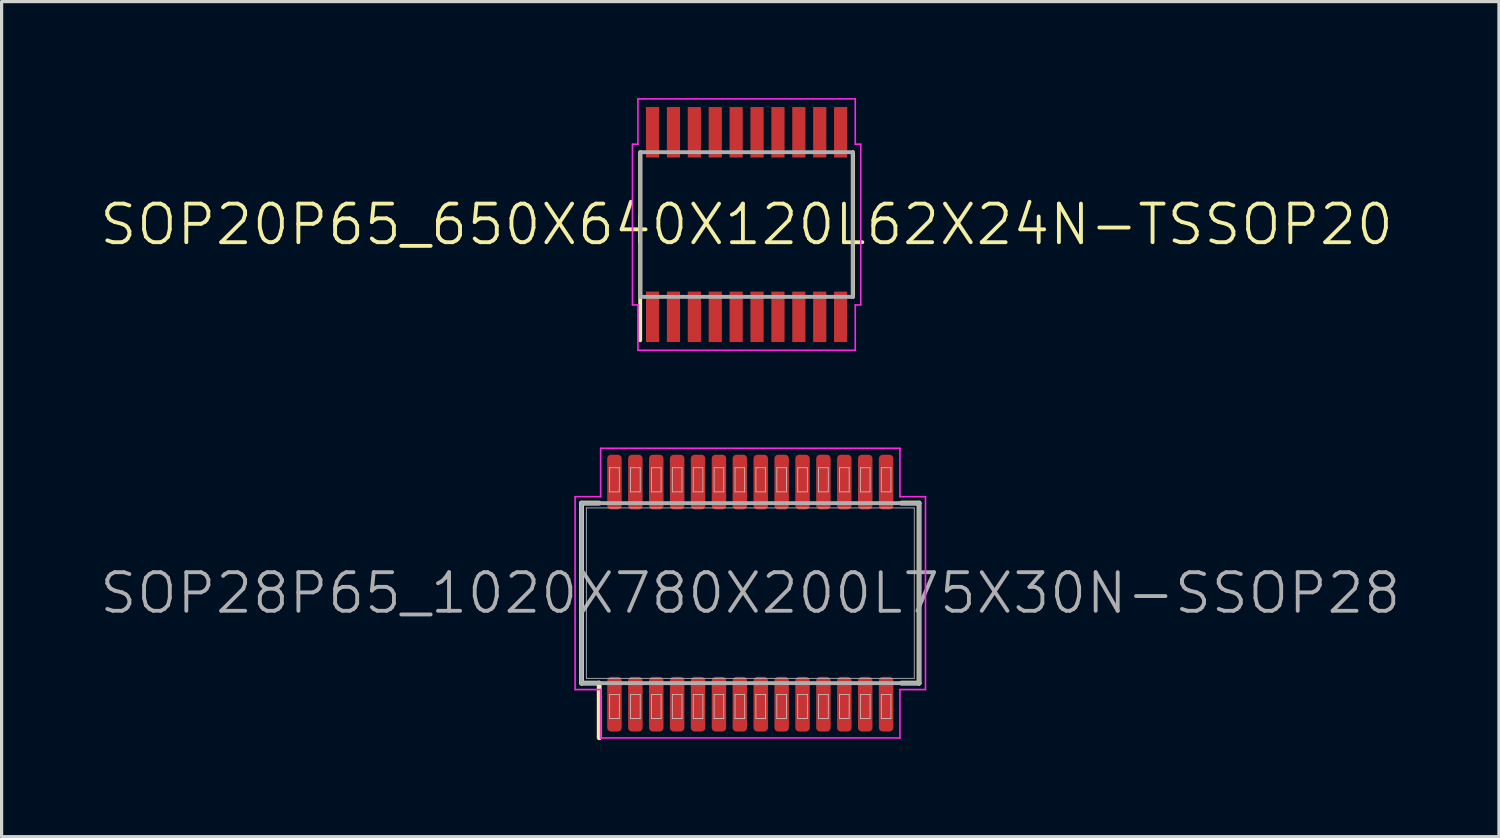
<source format=kicad_pcb>
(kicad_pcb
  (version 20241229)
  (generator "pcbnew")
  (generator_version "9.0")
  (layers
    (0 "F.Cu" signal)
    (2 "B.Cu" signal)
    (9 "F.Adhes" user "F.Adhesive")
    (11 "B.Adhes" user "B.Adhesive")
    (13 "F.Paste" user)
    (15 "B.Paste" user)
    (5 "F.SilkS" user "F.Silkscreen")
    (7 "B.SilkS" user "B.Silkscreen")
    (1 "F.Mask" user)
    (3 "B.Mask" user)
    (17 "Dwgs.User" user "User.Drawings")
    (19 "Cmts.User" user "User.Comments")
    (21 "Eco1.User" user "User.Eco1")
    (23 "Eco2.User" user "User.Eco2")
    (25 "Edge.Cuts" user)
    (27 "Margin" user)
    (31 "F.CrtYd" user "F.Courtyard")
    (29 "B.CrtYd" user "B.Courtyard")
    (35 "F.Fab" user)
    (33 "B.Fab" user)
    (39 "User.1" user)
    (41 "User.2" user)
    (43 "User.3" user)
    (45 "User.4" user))
  (footprint "SOP28P65_1020X780X200L75X30N-SSOP28"
    (layer "F.Cu")
    (at 20.289 15.4)
    (property "Reference" "SOP28P65_1020X780X200L75X30N-SSOP28" (at 0 0 0) (layer "F.Fab") (effects (font (size 1.2 1.2) (thickness 0.12))))
    (attr smd)
    (fp_line (start -5.25 -2.8) (end -4.7 -2.8) (stroke (width 0.15) (type solid)) (layer "F.SilkS"))
    (fp_line (start -5.25 2.8) (end -5.25 -2.8) (stroke (width 0.15) (type solid)) (layer "F.SilkS"))
    (fp_line (start -4.7 2.8) (end -5.25 2.8) (stroke (width 0.15) (type solid)) (layer "F.SilkS"))
    (fp_line (start -4.7 2.8) (end -4.7 4.5) (stroke (width 0.15) (type solid)) (layer "F.SilkS"))
    (fp_line (start 4.7 2.8) (end 5.25 2.8) (stroke (width 0.15) (type solid)) (layer "F.SilkS"))
    (fp_line (start 5.25 -2.8) (end 4.7 -2.8) (stroke (width 0.15) (type solid)) (layer "F.SilkS"))
    (fp_line (start 5.25 2.8) (end 5.25 -2.8) (stroke (width 0.15) (type solid)) (layer "F.SilkS"))
    (fp_line (start -5.1 -2.65) (end 5.1 -2.65) (stroke (width 0.025) (type solid)) (layer "Dwgs.User"))
    (fp_line (start -5.1 2.65) (end -5.1 -2.65) (stroke (width 0.025) (type solid)) (layer "Dwgs.User"))
    (fp_line (start -4.375 -3.9) (end -4.075 -3.9) (stroke (width 0.025) (type solid)) (layer "Dwgs.User"))
    (fp_line (start -4.375 -3.15) (end -4.375 -3.9) (stroke (width 0.025) (type solid)) (layer "Dwgs.User"))
    (fp_line (start -4.375 3.15) (end -4.075 3.15) (stroke (width 0.025) (type solid)) (layer "Dwgs.User"))
    (fp_line (start -4.375 3.9) (end -4.375 3.15) (stroke (width 0.025) (type solid)) (layer "Dwgs.User"))
    (fp_line (start -4.075 -3.9) (end -4.075 -3.15) (stroke (width 0.025) (type solid)) (layer "Dwgs.User"))
    (fp_line (start -4.075 -3.15) (end -4.375 -3.15) (stroke (width 0.025) (type solid)) (layer "Dwgs.User"))
    (fp_line (start -4.075 3.15) (end -4.075 3.9) (stroke (width 0.025) (type solid)) (layer "Dwgs.User"))
    (fp_line (start -4.075 3.9) (end -4.375 3.9) (stroke (width 0.025) (type solid)) (layer "Dwgs.User"))
    (fp_line (start -3.725 -3.9) (end -3.425 -3.9) (stroke (width 0.025) (type solid)) (layer "Dwgs.User"))
    (fp_line (start -3.725 -3.15) (end -3.725 -3.9) (stroke (width 0.025) (type solid)) (layer "Dwgs.User"))
    (fp_line (start -3.725 3.15) (end -3.425 3.15) (stroke (width 0.025) (type solid)) (layer "Dwgs.User"))
    (fp_line (start -3.725 3.9) (end -3.725 3.15) (stroke (width 0.025) (type solid)) (layer "Dwgs.User"))
    (fp_line (start -3.425 -3.9) (end -3.425 -3.15) (stroke (width 0.025) (type solid)) (layer "Dwgs.User"))
    (fp_line (start -3.425 -3.15) (end -3.725 -3.15) (stroke (width 0.025) (type solid)) (layer "Dwgs.User"))
    (fp_line (start -3.425 3.15) (end -3.425 3.9) (stroke (width 0.025) (type solid)) (layer "Dwgs.User"))
    (fp_line (start -3.425 3.9) (end -3.725 3.9) (stroke (width 0.025) (type solid)) (layer "Dwgs.User"))
    (fp_line (start -3.075 -3.9) (end -2.775 -3.9) (stroke (width 0.025) (type solid)) (layer "Dwgs.User"))
    (fp_line (start -3.075 -3.15) (end -3.075 -3.9) (stroke (width 0.025) (type solid)) (layer "Dwgs.User"))
    (fp_line (start -3.075 3.15) (end -2.775 3.15) (stroke (width 0.025) (type solid)) (layer "Dwgs.User"))
    (fp_line (start -3.075 3.9) (end -3.075 3.15) (stroke (width 0.025) (type solid)) (layer "Dwgs.User"))
    (fp_line (start -2.775 -3.9) (end -2.775 -3.15) (stroke (width 0.025) (type solid)) (layer "Dwgs.User"))
    (fp_line (start -2.775 -3.15) (end -3.075 -3.15) (stroke (width 0.025) (type solid)) (layer "Dwgs.User"))
    (fp_line (start -2.775 3.15) (end -2.775 3.9) (stroke (width 0.025) (type solid)) (layer "Dwgs.User"))
    (fp_line (start -2.775 3.9) (end -3.075 3.9) (stroke (width 0.025) (type solid)) (layer "Dwgs.User"))
    (fp_line (start -2.425 -3.9) (end -2.125 -3.9) (stroke (width 0.025) (type solid)) (layer "Dwgs.User"))
    (fp_line (start -2.425 -3.15) (end -2.425 -3.9) (stroke (width 0.025) (type solid)) (layer "Dwgs.User"))
    (fp_line (start -2.425 3.15) (end -2.125 3.15) (stroke (width 0.025) (type solid)) (layer "Dwgs.User"))
    (fp_line (start -2.425 3.9) (end -2.425 3.15) (stroke (width 0.025) (type solid)) (layer "Dwgs.User"))
    (fp_line (start -2.125 -3.9) (end -2.125 -3.15) (stroke (width 0.025) (type solid)) (layer "Dwgs.User"))
    (fp_line (start -2.125 -3.15) (end -2.425 -3.15) (stroke (width 0.025) (type solid)) (layer "Dwgs.User"))
    (fp_line (start -2.125 3.15) (end -2.125 3.9) (stroke (width 0.025) (type solid)) (layer "Dwgs.User"))
    (fp_line (start -2.125 3.9) (end -2.425 3.9) (stroke (width 0.025) (type solid)) (layer "Dwgs.User"))
    (fp_line (start -1.775 -3.9) (end -1.475 -3.9) (stroke (width 0.025) (type solid)) (layer "Dwgs.User"))
    (fp_line (start -1.775 -3.15) (end -1.775 -3.9) (stroke (width 0.025) (type solid)) (layer "Dwgs.User"))
    (fp_line (start -1.775 3.15) (end -1.475 3.15) (stroke (width 0.025) (type solid)) (layer "Dwgs.User"))
    (fp_line (start -1.775 3.9) (end -1.775 3.15) (stroke (width 0.025) (type solid)) (layer "Dwgs.User"))
    (fp_line (start -1.475 -3.9) (end -1.475 -3.15) (stroke (width 0.025) (type solid)) (layer "Dwgs.User"))
    (fp_line (start -1.475 -3.15) (end -1.775 -3.15) (stroke (width 0.025) (type solid)) (layer "Dwgs.User"))
    (fp_line (start -1.475 3.15) (end -1.475 3.9) (stroke (width 0.025) (type solid)) (layer "Dwgs.User"))
    (fp_line (start -1.475 3.9) (end -1.775 3.9) (stroke (width 0.025) (type solid)) (layer "Dwgs.User"))
    (fp_line (start -1.125 -3.9) (end -0.825 -3.9) (stroke (width 0.025) (type solid)) (layer "Dwgs.User"))
    (fp_line (start -1.125 -3.15) (end -1.125 -3.9) (stroke (width 0.025) (type solid)) (layer "Dwgs.User"))
    (fp_line (start -1.125 3.15) (end -0.825 3.15) (stroke (width 0.025) (type solid)) (layer "Dwgs.User"))
    (fp_line (start -1.125 3.9) (end -1.125 3.15) (stroke (width 0.025) (type solid)) (layer "Dwgs.User"))
    (fp_line (start -0.825 -3.9) (end -0.825 -3.15) (stroke (width 0.025) (type solid)) (layer "Dwgs.User"))
    (fp_line (start -0.825 -3.15) (end -1.125 -3.15) (stroke (width 0.025) (type solid)) (layer "Dwgs.User"))
    (fp_line (start -0.825 3.15) (end -0.825 3.9) (stroke (width 0.025) (type solid)) (layer "Dwgs.User"))
    (fp_line (start -0.825 3.9) (end -1.125 3.9) (stroke (width 0.025) (type solid)) (layer "Dwgs.User"))
    (fp_line (start -0.475 -3.9) (end -0.175 -3.9) (stroke (width 0.025) (type solid)) (layer "Dwgs.User"))
    (fp_line (start -0.475 -3.15) (end -0.475 -3.9) (stroke (width 0.025) (type solid)) (layer "Dwgs.User"))
    (fp_line (start -0.475 3.15) (end -0.175 3.15) (stroke (width 0.025) (type solid)) (layer "Dwgs.User"))
    (fp_line (start -0.475 3.9) (end -0.475 3.15) (stroke (width 0.025) (type solid)) (layer "Dwgs.User"))
    (fp_line (start -0.175 -3.9) (end -0.175 -3.15) (stroke (width 0.025) (type solid)) (layer "Dwgs.User"))
    (fp_line (start -0.175 -3.15) (end -0.475 -3.15) (stroke (width 0.025) (type solid)) (layer "Dwgs.User"))
    (fp_line (start -0.175 3.15) (end -0.175 3.9) (stroke (width 0.025) (type solid)) (layer "Dwgs.User"))
    (fp_line (start -0.175 3.9) (end -0.475 3.9) (stroke (width 0.025) (type solid)) (layer "Dwgs.User"))
    (fp_line (start 0.175 -3.9) (end 0.475 -3.9) (stroke (width 0.025) (type solid)) (layer "Dwgs.User"))
    (fp_line (start 0.175 -3.15) (end 0.175 -3.9) (stroke (width 0.025) (type solid)) (layer "Dwgs.User"))
    (fp_line (start 0.175 3.15) (end 0.475 3.15) (stroke (width 0.025) (type solid)) (layer "Dwgs.User"))
    (fp_line (start 0.175 3.9) (end 0.175 3.15) (stroke (width 0.025) (type solid)) (layer "Dwgs.User"))
    (fp_line (start 0.475 -3.9) (end 0.475 -3.15) (stroke (width 0.025) (type solid)) (layer "Dwgs.User"))
    (fp_line (start 0.475 -3.15) (end 0.175 -3.15) (stroke (width 0.025) (type solid)) (layer "Dwgs.User"))
    (fp_line (start 0.475 3.15) (end 0.475 3.9) (stroke (width 0.025) (type solid)) (layer "Dwgs.User"))
    (fp_line (start 0.475 3.9) (end 0.175 3.9) (stroke (width 0.025) (type solid)) (layer "Dwgs.User"))
    (fp_line (start 0.825 -3.9) (end 1.125 -3.9) (stroke (width 0.025) (type solid)) (layer "Dwgs.User"))
    (fp_line (start 0.825 -3.15) (end 0.825 -3.9) (stroke (width 0.025) (type solid)) (layer "Dwgs.User"))
    (fp_line (start 0.825 3.15) (end 1.125 3.15) (stroke (width 0.025) (type solid)) (layer "Dwgs.User"))
    (fp_line (start 0.825 3.9) (end 0.825 3.15) (stroke (width 0.025) (type solid)) (layer "Dwgs.User"))
    (fp_line (start 1.125 -3.9) (end 1.125 -3.15) (stroke (width 0.025) (type solid)) (layer "Dwgs.User"))
    (fp_line (start 1.125 -3.15) (end 0.825 -3.15) (stroke (width 0.025) (type solid)) (layer "Dwgs.User"))
    (fp_line (start 1.125 3.15) (end 1.125 3.9) (stroke (width 0.025) (type solid)) (layer "Dwgs.User"))
    (fp_line (start 1.125 3.9) (end 0.825 3.9) (stroke (width 0.025) (type solid)) (layer "Dwgs.User"))
    (fp_line (start 1.475 -3.9) (end 1.775 -3.9) (stroke (width 0.025) (type solid)) (layer "Dwgs.User"))
    (fp_line (start 1.475 -3.15) (end 1.475 -3.9) (stroke (width 0.025) (type solid)) (layer "Dwgs.User"))
    (fp_line (start 1.475 3.15) (end 1.775 3.15) (stroke (width 0.025) (type solid)) (layer "Dwgs.User"))
    (fp_line (start 1.475 3.9) (end 1.475 3.15) (stroke (width 0.025) (type solid)) (layer "Dwgs.User"))
    (fp_line (start 1.775 -3.9) (end 1.775 -3.15) (stroke (width 0.025) (type solid)) (layer "Dwgs.User"))
    (fp_line (start 1.775 -3.15) (end 1.475 -3.15) (stroke (width 0.025) (type solid)) (layer "Dwgs.User"))
    (fp_line (start 1.775 3.15) (end 1.775 3.9) (stroke (width 0.025) (type solid)) (layer "Dwgs.User"))
    (fp_line (start 1.775 3.9) (end 1.475 3.9) (stroke (width 0.025) (type solid)) (layer "Dwgs.User"))
    (fp_line (start 2.125 -3.9) (end 2.425 -3.9) (stroke (width 0.025) (type solid)) (layer "Dwgs.User"))
    (fp_line (start 2.125 -3.15) (end 2.125 -3.9) (stroke (width 0.025) (type solid)) (layer "Dwgs.User"))
    (fp_line (start 2.125 3.15) (end 2.425 3.15) (stroke (width 0.025) (type solid)) (layer "Dwgs.User"))
    (fp_line (start 2.125 3.9) (end 2.125 3.15) (stroke (width 0.025) (type solid)) (layer "Dwgs.User"))
    (fp_line (start 2.425 -3.9) (end 2.425 -3.15) (stroke (width 0.025) (type solid)) (layer "Dwgs.User"))
    (fp_line (start 2.425 -3.15) (end 2.125 -3.15) (stroke (width 0.025) (type solid)) (layer "Dwgs.User"))
    (fp_line (start 2.425 3.15) (end 2.425 3.9) (stroke (width 0.025) (type solid)) (layer "Dwgs.User"))
    (fp_line (start 2.425 3.9) (end 2.125 3.9) (stroke (width 0.025) (type solid)) (layer "Dwgs.User"))
    (fp_line (start 2.775 -3.9) (end 3.075 -3.9) (stroke (width 0.025) (type solid)) (layer "Dwgs.User"))
    (fp_line (start 2.775 -3.15) (end 2.775 -3.9) (stroke (width 0.025) (type solid)) (layer "Dwgs.User"))
    (fp_line (start 2.775 3.15) (end 3.075 3.15) (stroke (width 0.025) (type solid)) (layer "Dwgs.User"))
    (fp_line (start 2.775 3.9) (end 2.775 3.15) (stroke (width 0.025) (type solid)) (layer "Dwgs.User"))
    (fp_line (start 3.075 -3.9) (end 3.075 -3.15) (stroke (width 0.025) (type solid)) (layer "Dwgs.User"))
    (fp_line (start 3.075 -3.15) (end 2.775 -3.15) (stroke (width 0.025) (type solid)) (layer "Dwgs.User"))
    (fp_line (start 3.075 3.15) (end 3.075 3.9) (stroke (width 0.025) (type solid)) (layer "Dwgs.User"))
    (fp_line (start 3.075 3.9) (end 2.775 3.9) (stroke (width 0.025) (type solid)) (layer "Dwgs.User"))
    (fp_line (start 3.425 -3.9) (end 3.725 -3.9) (stroke (width 0.025) (type solid)) (layer "Dwgs.User"))
    (fp_line (start 3.425 -3.15) (end 3.425 -3.9) (stroke (width 0.025) (type solid)) (layer "Dwgs.User"))
    (fp_line (start 3.425 3.15) (end 3.725 3.15) (stroke (width 0.025) (type solid)) (layer "Dwgs.User"))
    (fp_line (start 3.425 3.9) (end 3.425 3.15) (stroke (width 0.025) (type solid)) (layer "Dwgs.User"))
    (fp_line (start 3.725 -3.9) (end 3.725 -3.15) (stroke (width 0.025) (type solid)) (layer "Dwgs.User"))
    (fp_line (start 3.725 -3.15) (end 3.425 -3.15) (stroke (width 0.025) (type solid)) (layer "Dwgs.User"))
    (fp_line (start 3.725 3.15) (end 3.725 3.9) (stroke (width 0.025) (type solid)) (layer "Dwgs.User"))
    (fp_line (start 3.725 3.9) (end 3.425 3.9) (stroke (width 0.025) (type solid)) (layer "Dwgs.User"))
    (fp_line (start 4.075 -3.9) (end 4.375 -3.9) (stroke (width 0.025) (type solid)) (layer "Dwgs.User"))
    (fp_line (start 4.075 -3.15) (end 4.075 -3.9) (stroke (width 0.025) (type solid)) (layer "Dwgs.User"))
    (fp_line (start 4.075 3.15) (end 4.375 3.15) (stroke (width 0.025) (type solid)) (layer "Dwgs.User"))
    (fp_line (start 4.075 3.9) (end 4.075 3.15) (stroke (width 0.025) (type solid)) (layer "Dwgs.User"))
    (fp_line (start 4.375 -3.9) (end 4.375 -3.15) (stroke (width 0.025) (type solid)) (layer "Dwgs.User"))
    (fp_line (start 4.375 -3.15) (end 4.075 -3.15) (stroke (width 0.025) (type solid)) (layer "Dwgs.User"))
    (fp_line (start 4.375 3.15) (end 4.375 3.9) (stroke (width 0.025) (type solid)) (layer "Dwgs.User"))
    (fp_line (start 4.375 3.9) (end 4.075 3.9) (stroke (width 0.025) (type solid)) (layer "Dwgs.User"))
    (fp_line (start 5.1 -2.65) (end 5.1 2.65) (stroke (width 0.025) (type solid)) (layer "Dwgs.User"))
    (fp_line (start 5.1 2.65) (end -5.1 2.65) (stroke (width 0.025) (type solid)) (layer "Dwgs.User"))
    (fp_line (start -5.45 -3) (end -5.45 3) (stroke (width 0.05) (type solid)) (layer "F.CrtYd"))
    (fp_line (start -5.45 3) (end -4.655 3) (stroke (width 0.05) (type solid)) (layer "F.CrtYd"))
    (fp_line (start -4.655 -4.505) (end -4.655 -3) (stroke (width 0.05) (type solid)) (layer "F.CrtYd"))
    (fp_line (start -4.655 -3) (end -5.45 -3) (stroke (width 0.05) (type solid)) (layer "F.CrtYd"))
    (fp_line (start -4.655 3) (end -4.655 4.505) (stroke (width 0.05) (type solid)) (layer "F.CrtYd"))
    (fp_line (start -4.655 4.505) (end 4.655 4.505) (stroke (width 0.05) (type solid)) (layer "F.CrtYd"))
    (fp_line (start 4.655 -4.505) (end -4.655 -4.505) (stroke (width 0.05) (type solid)) (layer "F.CrtYd"))
    (fp_line (start 4.655 -3) (end 4.655 -4.505) (stroke (width 0.05) (type solid)) (layer "F.CrtYd"))
    (fp_line (start 4.655 3) (end 5.45 3) (stroke (width 0.05) (type solid)) (layer "F.CrtYd"))
    (fp_line (start 4.655 4.505) (end 4.655 3) (stroke (width 0.05) (type solid)) (layer "F.CrtYd"))
    (fp_line (start 5.45 -3) (end 4.655 -3) (stroke (width 0.05) (type solid)) (layer "F.CrtYd"))
    (fp_line (start 5.45 3) (end 5.45 -3) (stroke (width 0.05) (type solid)) (layer "F.CrtYd"))
    (fp_line (start -5.25 -2.8) (end 5.25 -2.8) (stroke (width 0.12) (type solid)) (layer "F.Fab"))
    (fp_line (start -5.25 2.8) (end -5.25 -2.8) (stroke (width 0.12) (type solid)) (layer "F.Fab"))
    (fp_line (start 5.25 -2.8) (end 5.25 2.8) (stroke (width 0.12) (type solid)) (layer "F.Fab"))
    (fp_line (start 5.25 2.8) (end -5.25 2.8) (stroke (width 0.12) (type solid)) (layer "F.Fab"))
    (pad "1" smd roundrect (at -4.225 3.455 90) (size 1.7 0.45) (layers "F.Cu" "F.Mask" "F.Paste") (roundrect_rratio 0.261))
    (pad "2" smd roundrect (at -3.575 3.455 90) (size 1.7 0.45) (layers "F.Cu" "F.Mask" "F.Paste") (roundrect_rratio 0.261))
    (pad "3" smd roundrect (at -2.925 3.455 90) (size 1.7 0.45) (layers "F.Cu" "F.Mask" "F.Paste") (roundrect_rratio 0.261))
    (pad "4" smd roundrect (at -2.275 3.455 90) (size 1.7 0.45) (layers "F.Cu" "F.Mask" "F.Paste") (roundrect_rratio 0.261))
    (pad "5" smd roundrect (at -1.625 3.455 90) (size 1.7 0.45) (layers "F.Cu" "F.Mask" "F.Paste") (roundrect_rratio 0.261))
    (pad "6" smd roundrect (at -0.975 3.455 90) (size 1.7 0.45) (layers "F.Cu" "F.Mask" "F.Paste") (roundrect_rratio 0.261))
    (pad "7" smd roundrect (at -0.325 3.455 90) (size 1.7 0.45) (layers "F.Cu" "F.Mask" "F.Paste") (roundrect_rratio 0.261))
    (pad "8" smd roundrect (at 0.325 3.455 90) (size 1.7 0.45) (layers "F.Cu" "F.Mask" "F.Paste") (roundrect_rratio 0.261))
    (pad "9" smd roundrect (at 0.975 3.455 90) (size 1.7 0.45) (layers "F.Cu" "F.Mask" "F.Paste") (roundrect_rratio 0.261))
    (pad "10" smd roundrect (at 1.625 3.455 90) (size 1.7 0.45) (layers "F.Cu" "F.Mask" "F.Paste") (roundrect_rratio 0.261))
    (pad "11" smd roundrect (at 2.275 3.455 90) (size 1.7 0.45) (layers "F.Cu" "F.Mask" "F.Paste") (roundrect_rratio 0.261))
    (pad "12" smd roundrect (at 2.925 3.455 90) (size 1.7 0.45) (layers "F.Cu" "F.Mask" "F.Paste") (roundrect_rratio 0.261))
    (pad "13" smd roundrect (at 3.575 3.455 90) (size 1.7 0.45) (layers "F.Cu" "F.Mask" "F.Paste") (roundrect_rratio 0.261))
    (pad "14" smd roundrect (at 4.225 3.455 90) (size 1.7 0.45) (layers "F.Cu" "F.Mask" "F.Paste") (roundrect_rratio 0.261))
    (pad "15" smd roundrect (at 4.225 -3.455 90) (size 1.7 0.45) (layers "F.Cu" "F.Mask" "F.Paste") (roundrect_rratio 0.261))
    (pad "16" smd roundrect (at 3.575 -3.455 90) (size 1.7 0.45) (layers "F.Cu" "F.Mask" "F.Paste") (roundrect_rratio 0.261))
    (pad "17" smd roundrect (at 2.925 -3.455 90) (size 1.7 0.45) (layers "F.Cu" "F.Mask" "F.Paste") (roundrect_rratio 0.261))
    (pad "18" smd roundrect (at 2.275 -3.455 90) (size 1.7 0.45) (layers "F.Cu" "F.Mask" "F.Paste") (roundrect_rratio 0.261))
    (pad "19" smd roundrect (at 1.625 -3.455 90) (size 1.7 0.45) (layers "F.Cu" "F.Mask" "F.Paste") (roundrect_rratio 0.261))
    (pad "20" smd roundrect (at 0.975 -3.455 90) (size 1.7 0.45) (layers "F.Cu" "F.Mask" "F.Paste") (roundrect_rratio 0.261))
    (pad "21" smd roundrect (at 0.325 -3.455 90) (size 1.7 0.45) (layers "F.Cu" "F.Mask" "F.Paste") (roundrect_rratio 0.261))
    (pad "22" smd roundrect (at -0.325 -3.455 90) (size 1.7 0.45) (layers "F.Cu" "F.Mask" "F.Paste") (roundrect_rratio 0.261))
    (pad "23" smd roundrect (at -0.975 -3.455 90) (size 1.7 0.45) (layers "F.Cu" "F.Mask" "F.Paste") (roundrect_rratio 0.261))
    (pad "24" smd roundrect (at -1.625 -3.455 90) (size 1.7 0.45) (layers "F.Cu" "F.Mask" "F.Paste") (roundrect_rratio 0.261))
    (pad "25" smd roundrect (at -2.275 -3.455 90) (size 1.7 0.45) (layers "F.Cu" "F.Mask" "F.Paste") (roundrect_rratio 0.261))
    (pad "26" smd roundrect (at -2.925 -3.455 90) (size 1.7 0.45) (layers "F.Cu" "F.Mask" "F.Paste") (roundrect_rratio 0.261))
    (pad "27" smd roundrect (at -3.575 -3.455 90) (size 1.7 0.45) (layers "F.Cu" "F.Mask" "F.Paste") (roundrect_rratio 0.261))
    (pad "28" smd roundrect (at -4.225 -3.455 90) (size 1.7 0.45) (layers "F.Cu" "F.Mask" "F.Paste") (roundrect_rratio 0.261)))
  (footprint "SOP20P65_650X640X120L62X24N-TSSOP20"
    (layer "F.Cu")
    (at 20.174 3.935)
    (property "Reference" "SOP20P65_650X640X120L62X24N-TSSOP20" (at 0 0 0) (layer "F.SilkS") (effects (font (size 1.2 1.2) (thickness 0.12))))
    (attr smd)
    (fp_line (start -3.31 3.6) (end -3.31 -2.25) (stroke (width 0.12) (type solid)) (layer "F.SilkS"))
    (fp_line (start 3.31 2.25) (end 3.31 -2.25) (stroke (width 0.12) (type solid)) (layer "F.SilkS"))
    (fp_line (start -3.55 -2.5) (end -3.55 2.5) (stroke (width 0.05) (type solid)) (layer "F.CrtYd"))
    (fp_line (start -3.55 2.5) (end -3.38 2.5) (stroke (width 0.05) (type solid)) (layer "F.CrtYd"))
    (fp_line (start -3.38 -3.91) (end -3.38 -2.5) (stroke (width 0.05) (type solid)) (layer "F.CrtYd"))
    (fp_line (start -3.38 -2.5) (end -3.55 -2.5) (stroke (width 0.05) (type solid)) (layer "F.CrtYd"))
    (fp_line (start -3.38 2.5) (end -3.38 3.91) (stroke (width 0.05) (type solid)) (layer "F.CrtYd"))
    (fp_line (start -3.38 3.91) (end 3.38 3.91) (stroke (width 0.05) (type solid)) (layer "F.CrtYd"))
    (fp_line (start 3.38 -3.91) (end -3.38 -3.91) (stroke (width 0.05) (type solid)) (layer "F.CrtYd"))
    (fp_line (start 3.38 -2.5) (end 3.38 -3.91) (stroke (width 0.05) (type solid)) (layer "F.CrtYd"))
    (fp_line (start 3.38 2.5) (end 3.55 2.5) (stroke (width 0.05) (type solid)) (layer "F.CrtYd"))
    (fp_line (start 3.38 3.91) (end 3.38 2.5) (stroke (width 0.05) (type solid)) (layer "F.CrtYd"))
    (fp_line (start 3.55 -2.5) (end 3.38 -2.5) (stroke (width 0.05) (type solid)) (layer "F.CrtYd"))
    (fp_line (start 3.55 2.5) (end 3.55 -2.5) (stroke (width 0.05) (type solid)) (layer "F.CrtYd"))
    (fp_line (start -3.3 -2.25) (end 3.3 -2.25) (stroke (width 0.12) (type solid)) (layer "F.Fab"))
    (fp_line (start -3.3 2.25) (end -3.3 -2.25) (stroke (width 0.12) (type solid)) (layer "F.Fab"))
    (fp_line (start 3.3 -2.25) (end 3.3 2.25) (stroke (width 0.12) (type solid)) (layer "F.Fab"))
    (fp_line (start 3.3 2.25) (end -3.3 2.25) (stroke (width 0.12) (type solid)) (layer "F.Fab"))
    (pad "1" smd rect (at -2.925 2.87 90) (size 1.57 0.41) (layers "F.Cu" "F.Mask" "F.Paste"))
    (pad "2" smd rect (at -2.275 2.87 90) (size 1.57 0.41) (layers "F.Cu" "F.Mask" "F.Paste"))
    (pad "3" smd rect (at -1.625 2.87 90) (size 1.57 0.41) (layers "F.Cu" "F.Mask" "F.Paste"))
    (pad "4" smd rect (at -0.975 2.87 90) (size 1.57 0.41) (layers "F.Cu" "F.Mask" "F.Paste"))
    (pad "5" smd rect (at -0.325 2.87 90) (size 1.57 0.41) (layers "F.Cu" "F.Mask" "F.Paste"))
    (pad "6" smd rect (at 0.325 2.87 90) (size 1.57 0.41) (layers "F.Cu" "F.Mask" "F.Paste"))
    (pad "7" smd rect (at 0.975 2.87 90) (size 1.57 0.41) (layers "F.Cu" "F.Mask" "F.Paste"))
    (pad "8" smd rect (at 1.625 2.87 90) (size 1.57 0.41) (layers "F.Cu" "F.Mask" "F.Paste"))
    (pad "9" smd rect (at 2.275 2.87 90) (size 1.57 0.41) (layers "F.Cu" "F.Mask" "F.Paste"))
    (pad "10" smd rect (at 2.925 2.87 90) (size 1.57 0.41) (layers "F.Cu" "F.Mask" "F.Paste"))
    (pad "11" smd rect (at 2.925 -2.87 90) (size 1.57 0.41) (layers "F.Cu" "F.Mask" "F.Paste"))
    (pad "12" smd rect (at 2.275 -2.87 90) (size 1.57 0.41) (layers "F.Cu" "F.Mask" "F.Paste"))
    (pad "13" smd rect (at 1.625 -2.87 90) (size 1.57 0.41) (layers "F.Cu" "F.Mask" "F.Paste"))
    (pad "14" smd rect (at 0.975 -2.87 90) (size 1.57 0.41) (layers "F.Cu" "F.Mask" "F.Paste"))
    (pad "15" smd rect (at 0.325 -2.87 90) (size 1.57 0.41) (layers "F.Cu" "F.Mask" "F.Paste"))
    (pad "16" smd rect (at -0.325 -2.87 90) (size 1.57 0.41) (layers "F.Cu" "F.Mask" "F.Paste"))
    (pad "17" smd rect (at -0.975 -2.87 90) (size 1.57 0.41) (layers "F.Cu" "F.Mask" "F.Paste"))
    (pad "18" smd rect (at -1.625 -2.87 90) (size 1.57 0.41) (layers "F.Cu" "F.Mask" "F.Paste"))
    (pad "19" smd rect (at -2.275 -2.87 90) (size 1.57 0.41) (layers "F.Cu" "F.Mask" "F.Paste"))
    (pad "20" smd rect (at -2.925 -2.87 90) (size 1.57 0.41) (layers "F.Cu" "F.Mask" "F.Paste")))
  (gr_rect
    (start -3 -3)
    (end 43.577 22.975)
    (stroke (width 0.1) (type default))
    (fill no)
    (layer "Edge.Cuts")))
</source>
